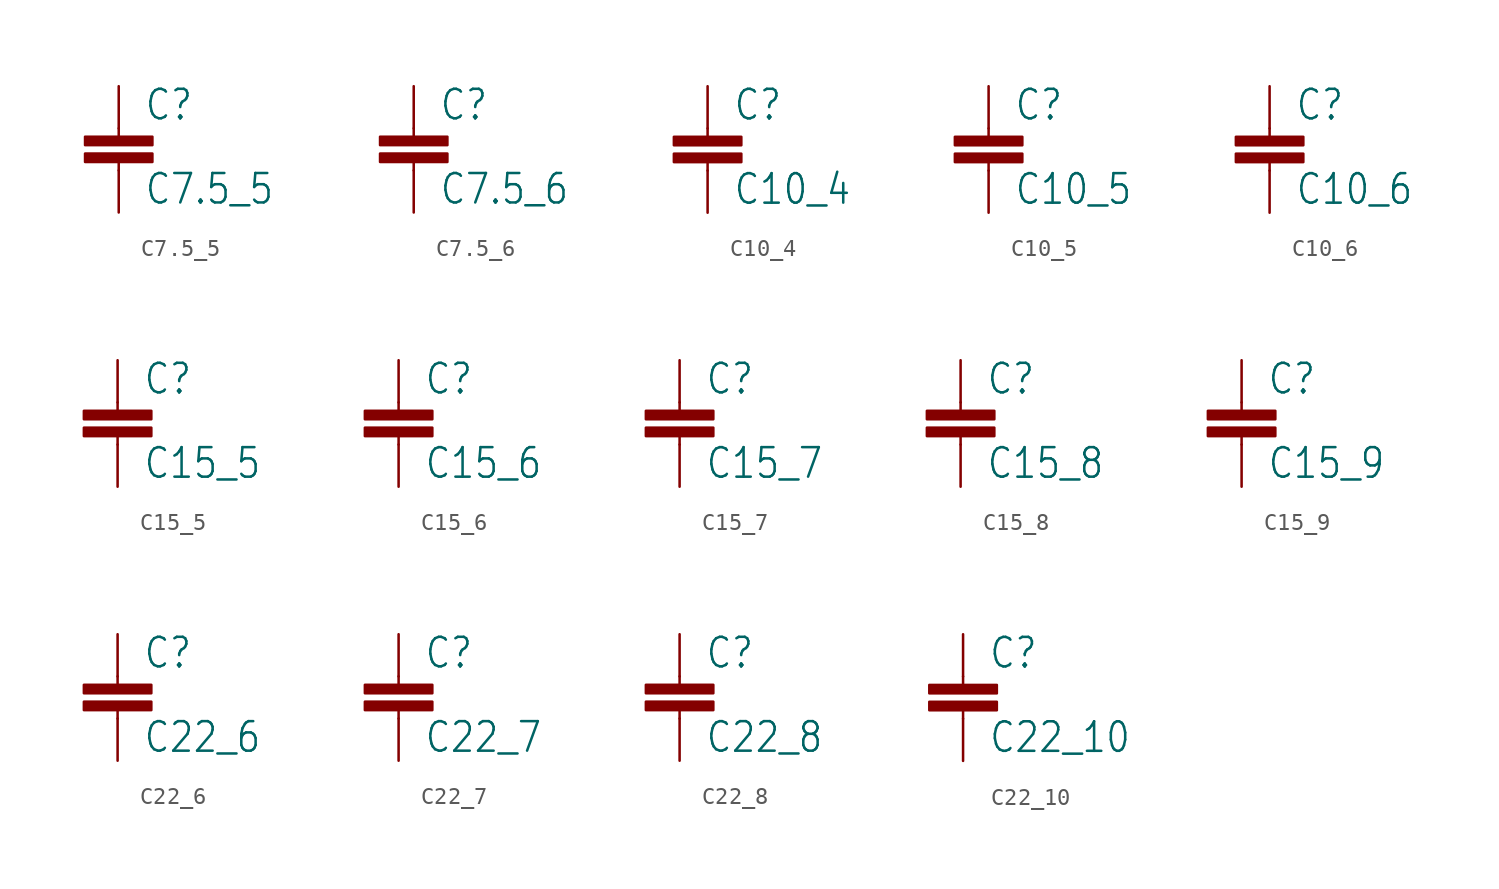
<source format=kicad_sym>
(kicad_symbol_lib
  (version 20200126)
  (host kicad_symbol_editor "(5.99.0-2281-g2f31bf278-dirty)")
  (symbol "C7.5_5"
    (property "Reference" "C"
      (at 1.524 0.381 0)
      (effects (font (size 1.778 1.511)) (justify left bottom)))
    (property "Value" "C7.5_5"
      (at 1.524 -4.699 0)
      (effects (font (size 1.778 1.511)) (justify left bottom)))
    (property "ki_locked" ""
      (at 0 0 0)
      (effects (font (size 1.27 1.27))))
    (symbol "C7.5_5_1_0"
      (rectangle (start -2.032 -1.016) (end 2.032 -0.508) (stroke (width 0)) (fill (type outline)))
      (rectangle (start -2.032 -2.032) (end 2.032 -1.524) (stroke (width 0)) (fill (type outline)))
      (polyline (pts (xy 0 -2.54) (xy 0 -2.032)) (stroke (width 0.152)) (fill (type none)))
      (polyline (pts (xy 0 0) (xy 0 -0.508)) (stroke (width 0.152)) (fill (type none)))
      (pin passive line (at 0 2.54 270) (length 2.54) (name "1" (effects (font (size 0 0)))) (number "1" (effects (font (size 0 0)))))
      (pin passive line (at 0 -5.08 90) (length 2.54) (name "2" (effects (font (size 0 0)))) (number "2" (effects (font (size 0 0)))))))
  (symbol "C7.5_6"
    (property "Reference" "C"
      (at 1.524 0.381 0)
      (effects (font (size 1.778 1.511)) (justify left bottom)))
    (property "Value" "C7.5_6"
      (at 1.524 -4.699 0)
      (effects (font (size 1.778 1.511)) (justify left bottom)))
    (property "ki_locked" ""
      (at 0 0 0)
      (effects (font (size 1.27 1.27))))
    (symbol "C7.5_6_1_0"
      (rectangle (start -2.032 -1.016) (end 2.032 -0.508) (stroke (width 0)) (fill (type outline)))
      (rectangle (start -2.032 -2.032) (end 2.032 -1.524) (stroke (width 0)) (fill (type outline)))
      (polyline (pts (xy 0 -2.54) (xy 0 -2.032)) (stroke (width 0.152)) (fill (type none)))
      (polyline (pts (xy 0 0) (xy 0 -0.508)) (stroke (width 0.152)) (fill (type none)))
      (pin passive line (at 0 2.54 270) (length 2.54) (name "1" (effects (font (size 0 0)))) (number "1" (effects (font (size 0 0)))))
      (pin passive line (at 0 -5.08 90) (length 2.54) (name "2" (effects (font (size 0 0)))) (number "2" (effects (font (size 0 0)))))))
  (symbol "C10_4"
    (property "Reference" "C"
      (at 1.524 0.381 0)
      (effects (font (size 1.778 1.511)) (justify left bottom)))
    (property "Value" "C10_4"
      (at 1.524 -4.699 0)
      (effects (font (size 1.778 1.511)) (justify left bottom)))
    (property "ki_locked" ""
      (at 0 0 0)
      (effects (font (size 1.27 1.27))))
    (symbol "C10_4_1_0"
      (rectangle (start -2.032 -1.016) (end 2.032 -0.508) (stroke (width 0)) (fill (type outline)))
      (rectangle (start -2.032 -2.032) (end 2.032 -1.524) (stroke (width 0)) (fill (type outline)))
      (polyline (pts (xy 0 -2.54) (xy 0 -2.032)) (stroke (width 0.152)) (fill (type none)))
      (polyline (pts (xy 0 0) (xy 0 -0.508)) (stroke (width 0.152)) (fill (type none)))
      (pin passive line (at 0 2.54 270) (length 2.54) (name "1" (effects (font (size 0 0)))) (number "1" (effects (font (size 0 0)))))
      (pin passive line (at 0 -5.08 90) (length 2.54) (name "2" (effects (font (size 0 0)))) (number "2" (effects (font (size 0 0)))))))
  (symbol "C10_5"
    (property "Reference" "C"
      (at 1.524 0.381 0)
      (effects (font (size 1.778 1.511)) (justify left bottom)))
    (property "Value" "C10_5"
      (at 1.524 -4.699 0)
      (effects (font (size 1.778 1.511)) (justify left bottom)))
    (property "ki_locked" ""
      (at 0 0 0)
      (effects (font (size 1.27 1.27))))
    (symbol "C10_5_1_0"
      (rectangle (start -2.032 -1.016) (end 2.032 -0.508) (stroke (width 0)) (fill (type outline)))
      (rectangle (start -2.032 -2.032) (end 2.032 -1.524) (stroke (width 0)) (fill (type outline)))
      (polyline (pts (xy 0 -2.54) (xy 0 -2.032)) (stroke (width 0.152)) (fill (type none)))
      (polyline (pts (xy 0 0) (xy 0 -0.508)) (stroke (width 0.152)) (fill (type none)))
      (pin passive line (at 0 2.54 270) (length 2.54) (name "1" (effects (font (size 0 0)))) (number "1" (effects (font (size 0 0)))))
      (pin passive line (at 0 -5.08 90) (length 2.54) (name "2" (effects (font (size 0 0)))) (number "2" (effects (font (size 0 0)))))))
  (symbol "C10_6"
    (property "Reference" "C"
      (at 1.524 0.381 0)
      (effects (font (size 1.778 1.511)) (justify left bottom)))
    (property "Value" "C10_6"
      (at 1.524 -4.699 0)
      (effects (font (size 1.778 1.511)) (justify left bottom)))
    (property "ki_locked" ""
      (at 0 0 0)
      (effects (font (size 1.27 1.27))))
    (symbol "C10_6_1_0"
      (rectangle (start -2.032 -1.016) (end 2.032 -0.508) (stroke (width 0)) (fill (type outline)))
      (rectangle (start -2.032 -2.032) (end 2.032 -1.524) (stroke (width 0)) (fill (type outline)))
      (polyline (pts (xy 0 -2.54) (xy 0 -2.032)) (stroke (width 0.152)) (fill (type none)))
      (polyline (pts (xy 0 0) (xy 0 -0.508)) (stroke (width 0.152)) (fill (type none)))
      (pin passive line (at 0 2.54 270) (length 2.54) (name "1" (effects (font (size 0 0)))) (number "1" (effects (font (size 0 0)))))
      (pin passive line (at 0 -5.08 90) (length 2.54) (name "2" (effects (font (size 0 0)))) (number "2" (effects (font (size 0 0)))))))
  (symbol "C15_5"
    (property "Reference" "C"
      (at 1.524 0.381 0)
      (effects (font (size 1.778 1.511)) (justify left bottom)))
    (property "Value" "C15_5"
      (at 1.524 -4.699 0)
      (effects (font (size 1.778 1.511)) (justify left bottom)))
    (property "ki_locked" ""
      (at 0 0 0)
      (effects (font (size 1.27 1.27))))
    (symbol "C15_5_1_0"
      (rectangle (start -2.032 -1.016) (end 2.032 -0.508) (stroke (width 0)) (fill (type outline)))
      (rectangle (start -2.032 -2.032) (end 2.032 -1.524) (stroke (width 0)) (fill (type outline)))
      (polyline (pts (xy 0 -2.54) (xy 0 -2.032)) (stroke (width 0.152)) (fill (type none)))
      (polyline (pts (xy 0 0) (xy 0 -0.508)) (stroke (width 0.152)) (fill (type none)))
      (pin passive line (at 0 2.54 270) (length 2.54) (name "1" (effects (font (size 0 0)))) (number "1" (effects (font (size 0 0)))))
      (pin passive line (at 0 -5.08 90) (length 2.54) (name "2" (effects (font (size 0 0)))) (number "2" (effects (font (size 0 0)))))))
  (symbol "C15_6"
    (property "Reference" "C"
      (at 1.524 0.381 0)
      (effects (font (size 1.778 1.511)) (justify left bottom)))
    (property "Value" "C15_6"
      (at 1.524 -4.699 0)
      (effects (font (size 1.778 1.511)) (justify left bottom)))
    (property "ki_locked" ""
      (at 0 0 0)
      (effects (font (size 1.27 1.27))))
    (symbol "C15_6_1_0"
      (rectangle (start -2.032 -1.016) (end 2.032 -0.508) (stroke (width 0)) (fill (type outline)))
      (rectangle (start -2.032 -2.032) (end 2.032 -1.524) (stroke (width 0)) (fill (type outline)))
      (polyline (pts (xy 0 -2.54) (xy 0 -2.032)) (stroke (width 0.152)) (fill (type none)))
      (polyline (pts (xy 0 0) (xy 0 -0.508)) (stroke (width 0.152)) (fill (type none)))
      (pin passive line (at 0 2.54 270) (length 2.54) (name "1" (effects (font (size 0 0)))) (number "1" (effects (font (size 0 0)))))
      (pin passive line (at 0 -5.08 90) (length 2.54) (name "2" (effects (font (size 0 0)))) (number "2" (effects (font (size 0 0)))))))
  (symbol "C15_7"
    (property "Reference" "C"
      (at 1.524 0.381 0)
      (effects (font (size 1.778 1.511)) (justify left bottom)))
    (property "Value" "C15_7"
      (at 1.524 -4.699 0)
      (effects (font (size 1.778 1.511)) (justify left bottom)))
    (property "ki_locked" ""
      (at 0 0 0)
      (effects (font (size 1.27 1.27))))
    (symbol "C15_7_1_0"
      (rectangle (start -2.032 -1.016) (end 2.032 -0.508) (stroke (width 0)) (fill (type outline)))
      (rectangle (start -2.032 -2.032) (end 2.032 -1.524) (stroke (width 0)) (fill (type outline)))
      (polyline (pts (xy 0 -2.54) (xy 0 -2.032)) (stroke (width 0.152)) (fill (type none)))
      (polyline (pts (xy 0 0) (xy 0 -0.508)) (stroke (width 0.152)) (fill (type none)))
      (pin passive line (at 0 2.54 270) (length 2.54) (name "1" (effects (font (size 0 0)))) (number "1" (effects (font (size 0 0)))))
      (pin passive line (at 0 -5.08 90) (length 2.54) (name "2" (effects (font (size 0 0)))) (number "2" (effects (font (size 0 0)))))))
  (symbol "C15_8"
    (property "Reference" "C"
      (at 1.524 0.381 0)
      (effects (font (size 1.778 1.511)) (justify left bottom)))
    (property "Value" "C15_8"
      (at 1.524 -4.699 0)
      (effects (font (size 1.778 1.511)) (justify left bottom)))
    (property "ki_locked" ""
      (at 0 0 0)
      (effects (font (size 1.27 1.27))))
    (symbol "C15_8_1_0"
      (rectangle (start -2.032 -1.016) (end 2.032 -0.508) (stroke (width 0)) (fill (type outline)))
      (rectangle (start -2.032 -2.032) (end 2.032 -1.524) (stroke (width 0)) (fill (type outline)))
      (polyline (pts (xy 0 -2.54) (xy 0 -2.032)) (stroke (width 0.152)) (fill (type none)))
      (polyline (pts (xy 0 0) (xy 0 -0.508)) (stroke (width 0.152)) (fill (type none)))
      (pin passive line (at 0 2.54 270) (length 2.54) (name "1" (effects (font (size 0 0)))) (number "1" (effects (font (size 0 0)))))
      (pin passive line (at 0 -5.08 90) (length 2.54) (name "2" (effects (font (size 0 0)))) (number "2" (effects (font (size 0 0)))))))
  (symbol "C15_9"
    (property "Reference" "C"
      (at 1.524 0.381 0)
      (effects (font (size 1.778 1.511)) (justify left bottom)))
    (property "Value" "C15_9"
      (at 1.524 -4.699 0)
      (effects (font (size 1.778 1.511)) (justify left bottom)))
    (property "ki_locked" ""
      (at 0 0 0)
      (effects (font (size 1.27 1.27))))
    (symbol "C15_9_1_0"
      (rectangle (start -2.032 -1.016) (end 2.032 -0.508) (stroke (width 0)) (fill (type outline)))
      (rectangle (start -2.032 -2.032) (end 2.032 -1.524) (stroke (width 0)) (fill (type outline)))
      (polyline (pts (xy 0 -2.54) (xy 0 -2.032)) (stroke (width 0.152)) (fill (type none)))
      (polyline (pts (xy 0 0) (xy 0 -0.508)) (stroke (width 0.152)) (fill (type none)))
      (pin passive line (at 0 2.54 270) (length 2.54) (name "1" (effects (font (size 0 0)))) (number "1" (effects (font (size 0 0)))))
      (pin passive line (at 0 -5.08 90) (length 2.54) (name "2" (effects (font (size 0 0)))) (number "2" (effects (font (size 0 0)))))))
  (symbol "C22_6"
    (property "Reference" "C"
      (at 1.524 0.381 0)
      (effects (font (size 1.778 1.511)) (justify left bottom)))
    (property "Value" "C22_6"
      (at 1.524 -4.699 0)
      (effects (font (size 1.778 1.511)) (justify left bottom)))
    (property "ki_locked" ""
      (at 0 0 0)
      (effects (font (size 1.27 1.27))))
    (symbol "C22_6_1_0"
      (rectangle (start -2.032 -1.016) (end 2.032 -0.508) (stroke (width 0)) (fill (type outline)))
      (rectangle (start -2.032 -2.032) (end 2.032 -1.524) (stroke (width 0)) (fill (type outline)))
      (polyline (pts (xy 0 -2.54) (xy 0 -2.032)) (stroke (width 0.152)) (fill (type none)))
      (polyline (pts (xy 0 0) (xy 0 -0.508)) (stroke (width 0.152)) (fill (type none)))
      (pin passive line (at 0 2.54 270) (length 2.54) (name "1" (effects (font (size 0 0)))) (number "1" (effects (font (size 0 0)))))
      (pin passive line (at 0 -5.08 90) (length 2.54) (name "2" (effects (font (size 0 0)))) (number "2" (effects (font (size 0 0)))))))
  (symbol "C22_7"
    (property "Reference" "C"
      (at 1.524 0.381 0)
      (effects (font (size 1.778 1.511)) (justify left bottom)))
    (property "Value" "C22_7"
      (at 1.524 -4.699 0)
      (effects (font (size 1.778 1.511)) (justify left bottom)))
    (property "ki_locked" ""
      (at 0 0 0)
      (effects (font (size 1.27 1.27))))
    (symbol "C22_7_1_0"
      (rectangle (start -2.032 -1.016) (end 2.032 -0.508) (stroke (width 0)) (fill (type outline)))
      (rectangle (start -2.032 -2.032) (end 2.032 -1.524) (stroke (width 0)) (fill (type outline)))
      (polyline (pts (xy 0 -2.54) (xy 0 -2.032)) (stroke (width 0.152)) (fill (type none)))
      (polyline (pts (xy 0 0) (xy 0 -0.508)) (stroke (width 0.152)) (fill (type none)))
      (pin passive line (at 0 2.54 270) (length 2.54) (name "1" (effects (font (size 0 0)))) (number "1" (effects (font (size 0 0)))))
      (pin passive line (at 0 -5.08 90) (length 2.54) (name "2" (effects (font (size 0 0)))) (number "2" (effects (font (size 0 0)))))))
  (symbol "C22_8"
    (property "Reference" "C"
      (at 1.524 0.381 0)
      (effects (font (size 1.778 1.511)) (justify left bottom)))
    (property "Value" "C22_8"
      (at 1.524 -4.699 0)
      (effects (font (size 1.778 1.511)) (justify left bottom)))
    (property "ki_locked" ""
      (at 0 0 0)
      (effects (font (size 1.27 1.27))))
    (symbol "C22_8_1_0"
      (rectangle (start -2.032 -1.016) (end 2.032 -0.508) (stroke (width 0)) (fill (type outline)))
      (rectangle (start -2.032 -2.032) (end 2.032 -1.524) (stroke (width 0)) (fill (type outline)))
      (polyline (pts (xy 0 -2.54) (xy 0 -2.032)) (stroke (width 0.152)) (fill (type none)))
      (polyline (pts (xy 0 0) (xy 0 -0.508)) (stroke (width 0.152)) (fill (type none)))
      (pin passive line (at 0 2.54 270) (length 2.54) (name "1" (effects (font (size 0 0)))) (number "1" (effects (font (size 0 0)))))
      (pin passive line (at 0 -5.08 90) (length 2.54) (name "2" (effects (font (size 0 0)))) (number "2" (effects (font (size 0 0)))))))
  (symbol "C22_10"
    (property "Reference" "C"
      (at 1.524 0.381 0)
      (effects (font (size 1.778 1.511)) (justify left bottom)))
    (property "Value" "C22_10"
      (at 1.524 -4.699 0)
      (effects (font (size 1.778 1.511)) (justify left bottom)))
    (property "ki_locked" ""
      (at 0 0 0)
      (effects (font (size 1.27 1.27))))
    (symbol "C22_10_1_0"
      (rectangle (start -2.032 -1.016) (end 2.032 -0.508) (stroke (width 0)) (fill (type outline)))
      (rectangle (start -2.032 -2.032) (end 2.032 -1.524) (stroke (width 0)) (fill (type outline)))
      (polyline (pts (xy 0 -2.54) (xy 0 -2.032)) (stroke (width 0.152)) (fill (type none)))
      (polyline (pts (xy 0 0) (xy 0 -0.508)) (stroke (width 0.152)) (fill (type none)))
      (pin passive line (at 0 2.54 270) (length 2.54) (name "1" (effects (font (size 0 0)))) (number "1" (effects (font (size 0 0)))))
      (pin passive line (at 0 -5.08 90) (length 2.54) (name "2" (effects (font (size 0 0)))) (number "2" (effects (font (size 0 0))))))))
</source>
